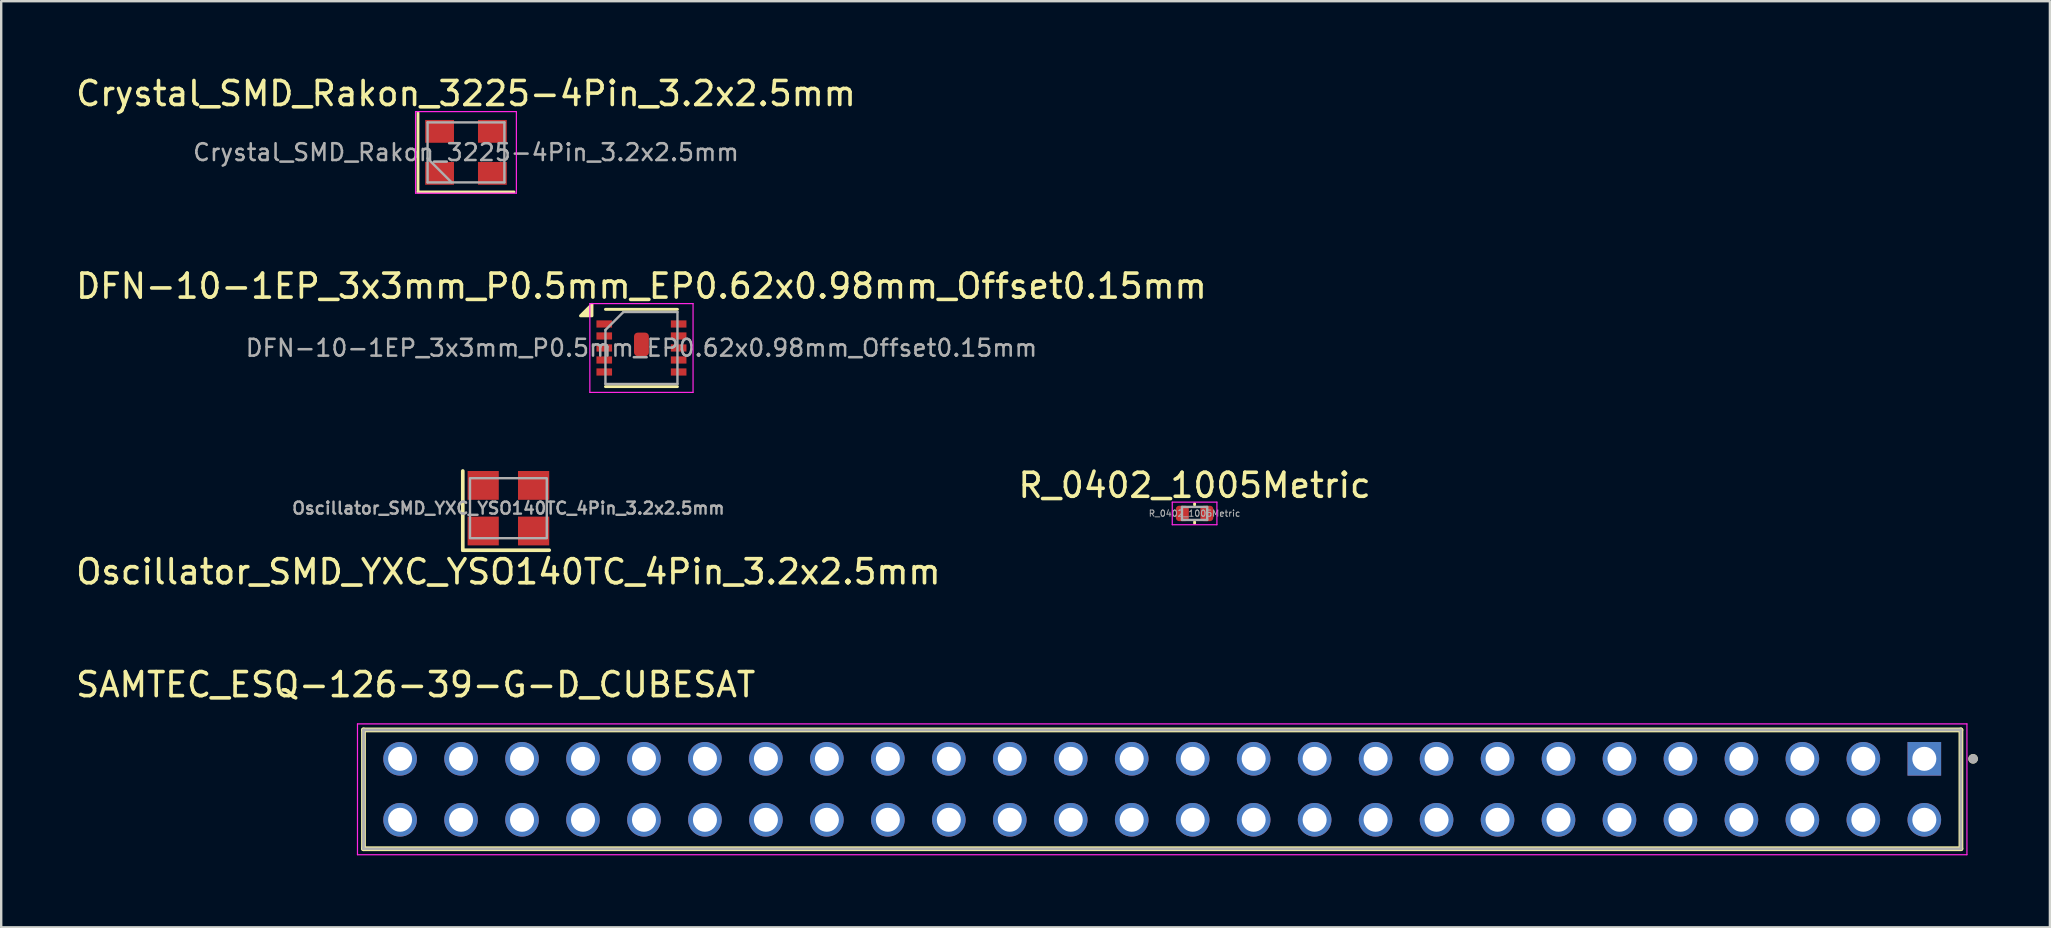
<source format=kicad_pcb>
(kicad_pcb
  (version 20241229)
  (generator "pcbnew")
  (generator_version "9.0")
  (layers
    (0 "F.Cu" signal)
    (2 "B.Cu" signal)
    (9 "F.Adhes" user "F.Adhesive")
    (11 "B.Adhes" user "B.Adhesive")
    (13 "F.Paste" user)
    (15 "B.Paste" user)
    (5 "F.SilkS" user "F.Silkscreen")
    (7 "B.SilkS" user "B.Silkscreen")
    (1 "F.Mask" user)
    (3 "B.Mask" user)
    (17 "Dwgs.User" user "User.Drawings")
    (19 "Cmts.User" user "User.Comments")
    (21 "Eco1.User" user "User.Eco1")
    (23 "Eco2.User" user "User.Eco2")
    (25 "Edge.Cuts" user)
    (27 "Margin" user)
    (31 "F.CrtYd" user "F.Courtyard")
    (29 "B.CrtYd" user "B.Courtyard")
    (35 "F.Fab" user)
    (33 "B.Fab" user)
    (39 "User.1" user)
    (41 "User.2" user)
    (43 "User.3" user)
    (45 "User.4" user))
  (footprint "R_0402_1005Metric"
    (layer "F.Cu")
    (at 46.717 18.34)
    (property "Reference" "R_0402_1005Metric" (at 0 -1.17 0) (layer "F.SilkS") (effects (font (size 1 1) (thickness 0.15))))
    (attr smd)
    (fp_line (start 0 -0.356) (end 0 -0.406) (stroke (width 0.12) (type solid)) (layer "F.SilkS"))
    (fp_line (start 0 0.406) (end 0 0.356) (stroke (width 0.12) (type solid)) (layer "F.SilkS"))
    (fp_line (start -0.93 -0.47) (end 0.93 -0.47) (stroke (width 0.05) (type solid)) (layer "F.CrtYd"))
    (fp_line (start -0.93 0.47) (end -0.93 -0.47) (stroke (width 0.05) (type solid)) (layer "F.CrtYd"))
    (fp_line (start 0.93 -0.47) (end 0.93 0.47) (stroke (width 0.05) (type solid)) (layer "F.CrtYd"))
    (fp_line (start 0.93 0.47) (end -0.93 0.47) (stroke (width 0.05) (type solid)) (layer "F.CrtYd"))
    (fp_line (start -0.525 -0.27) (end 0.525 -0.27) (stroke (width 0.1) (type solid)) (layer "F.Fab"))
    (fp_line (start -0.525 0.27) (end -0.525 -0.27) (stroke (width 0.1) (type solid)) (layer "F.Fab"))
    (fp_line (start 0.525 -0.27) (end 0.525 0.27) (stroke (width 0.1) (type solid)) (layer "F.Fab"))
    (fp_line (start 0.525 0.27) (end -0.525 0.27) (stroke (width 0.1) (type solid)) (layer "F.Fab"))
    (fp_text user "${REFERENCE}" (at 0 0 0) (layer "F.Fab") (effects (font (size 0.26 0.26) (thickness 0.04))))
    (pad "1" smd roundrect (at -0.51 0) (size 0.54 0.64) (layers "F.Cu" "F.Mask" "F.Paste") (roundrect_rratio 0.25))
    (pad "2" smd roundrect (at 0.51 0) (size 0.54 0.64) (layers "F.Cu" "F.Mask" "F.Paste") (roundrect_rratio 0.25)))
  (footprint "Crystal_SMD_Rakon_3225-4Pin_3.2x2.5mm"
    (layer "F.Cu")
    (at 16.363 3.298)
    (property "Reference" "Crystal_SMD_Rakon_3225-4Pin_3.2x2.5mm" (at 0 -2.45 0) (layer "F.SilkS") (effects (font (size 1 1) (thickness 0.15))))
    (attr smd)
    (fp_line (start -2 -1.65) (end -2 1.65) (stroke (width 0.12) (type solid)) (layer "F.SilkS"))
    (fp_line (start -2 1.65) (end 2 1.65) (stroke (width 0.12) (type solid)) (layer "F.SilkS"))
    (fp_line (start -2.1 -1.7) (end -2.1 1.7) (stroke (width 0.05) (type solid)) (layer "F.CrtYd"))
    (fp_line (start -2.1 1.7) (end 2.1 1.7) (stroke (width 0.05) (type solid)) (layer "F.CrtYd"))
    (fp_line (start 2.1 -1.7) (end -2.1 -1.7) (stroke (width 0.05) (type solid)) (layer "F.CrtYd"))
    (fp_line (start 2.1 1.7) (end 2.1 -1.7) (stroke (width 0.05) (type solid)) (layer "F.CrtYd"))
    (fp_line (start -1.6 -1.25) (end -1.6 1.25) (stroke (width 0.1) (type solid)) (layer "F.Fab"))
    (fp_line (start -1.6 0.25) (end -0.6 1.25) (stroke (width 0.1) (type solid)) (layer "F.Fab"))
    (fp_line (start -1.6 1.25) (end 1.6 1.25) (stroke (width 0.1) (type solid)) (layer "F.Fab"))
    (fp_line (start 1.6 -1.25) (end -1.6 -1.25) (stroke (width 0.1) (type solid)) (layer "F.Fab"))
    (fp_line (start 1.6 1.25) (end 1.6 -1.25) (stroke (width 0.1) (type solid)) (layer "F.Fab"))
    (fp_text user "${REFERENCE}" (at 0 0 0) (layer "F.Fab") (effects (font (size 0.7 0.7) (thickness 0.105))))
    (pad "1" smd rect (at -1.1 0.875) (size 1.2 0.95) (layers "F.Cu" "F.Mask" "F.Paste"))
    (pad "2" smd rect (at 1.1 0.875) (size 1.2 0.95) (layers "F.Cu" "F.Mask" "F.Paste"))
    (pad "3" smd rect (at 1.1 -0.875) (size 1.2 0.95) (layers "F.Cu" "F.Mask" "F.Paste"))
    (pad "4" smd rect (at -1.1 -0.875) (size 1.2 0.95) (layers "F.Cu" "F.Mask" "F.Paste")))
  (footprint "Oscillator_SMD_YXC_YSO140TC_4Pin_3.2x2.5mm"
    (layer "F.Cu")
    (at 18.13 18.122)
    (property "Reference" "Oscillator_SMD_YXC_YSO140TC_4Pin_3.2x2.5mm" (at 0 2.65 0) (unlocked yes) (layer "F.SilkS") (effects (font (size 1 1) (thickness 0.153))))
    (attr smd)
    (fp_line (start -1.9 -1.55) (end -1.9 1.75) (stroke (width 0.153) (type default)) (layer "F.SilkS"))
    (fp_line (start -1.9 1.75) (end 1.7 1.75) (stroke (width 0.153) (type default)) (layer "F.SilkS"))
    (fp_rect (start -2.1 -1.75) (end 1.9 1.95) (stroke (width 0.1) (type default)) (fill no) (layer "Margin"))
    (fp_rect (start -1.6 -1.25) (end 1.6 1.25) (stroke (width 0.1) (type default)) (fill no) (layer "F.Fab"))
    (fp_text user "${REFERENCE}" (at 0 0 0) (unlocked yes) (layer "F.Fab") (effects (font (size 0.5 0.5) (thickness 0.1))))
    (pad "1" smd rect (at -1.05 0.95) (size 1.3 1.2) (layers "F.Cu" "F.Mask" "F.Paste"))
    (pad "2" smd rect (at 1.05 0.95) (size 1.3 1.2) (layers "F.Cu" "F.Mask" "F.Paste"))
    (pad "3" smd rect (at 1.05 -0.95) (size 1.3 1.2) (layers "F.Cu" "F.Mask" "F.Paste"))
    (pad "4" smd rect (at -1.05 -0.95) (size 1.3 1.2) (layers "F.Cu" "F.Mask" "F.Paste")))
  (footprint "SAMTEC_ESQ-126-39-G-D_CUBESAT"
    (layer "F.Cu")
    (at 77.118 28.563)
    (property "Reference" "SAMTEC_ESQ-126-39-G-D_CUBESAT" (at -62.85 -3.09 0) (layer "F.SilkS") (effects (font (size 1 1) (thickness 0.15))))
    (attr through_hole)
    (fp_line (start -65.025 3.745) (end -65.025 -1.205) (stroke (width 0.2) (type solid)) (layer "F.SilkS"))
    (fp_line (start 1.525 -1.205) (end -65.025 -1.205) (stroke (width 0.2) (type solid)) (layer "F.SilkS"))
    (fp_line (start 1.525 -1.205) (end 1.525 3.745) (stroke (width 0.2) (type solid)) (layer "F.SilkS"))
    (fp_line (start 1.525 3.745) (end -65.025 3.745) (stroke (width 0.2) (type solid)) (layer "F.SilkS"))
    (fp_circle (center 2.032 0) (end 2.132 0) (stroke (width 0.2) (type solid)) (fill no) (layer "F.SilkS"))
    (fp_line (start -65.275 -1.455) (end 1.775 -1.455) (stroke (width 0.05) (type solid)) (layer "F.CrtYd"))
    (fp_line (start -65.275 3.995) (end -65.275 -1.455) (stroke (width 0.05) (type solid)) (layer "F.CrtYd"))
    (fp_line (start 1.775 -1.455) (end 1.775 3.995) (stroke (width 0.05) (type solid)) (layer "F.CrtYd"))
    (fp_line (start 1.775 3.995) (end -65.275 3.995) (stroke (width 0.05) (type solid)) (layer "F.CrtYd"))
    (fp_line (start -65.025 -1.205) (end 1.525 -1.205) (stroke (width 0.1) (type solid)) (layer "F.Fab"))
    (fp_line (start -65.025 -1.205) (end 1.525 -1.205) (stroke (width 0.1) (type solid)) (layer "F.Fab"))
    (fp_line (start -65.025 3.745) (end -65.025 -1.205) (stroke (width 0.1) (type solid)) (layer "F.Fab"))
    (fp_line (start -65.025 3.745) (end -65.025 -1.205) (stroke (width 0.1) (type solid)) (layer "F.Fab"))
    (fp_line (start 1.525 -1.205) (end 1.525 3.745) (stroke (width 0.1) (type solid)) (layer "F.Fab"))
    (fp_line (start 1.525 -1.205) (end 1.525 3.745) (stroke (width 0.1) (type solid)) (layer "F.Fab"))
    (fp_line (start 1.525 3.745) (end -65.025 3.745) (stroke (width 0.1) (type solid)) (layer "F.Fab"))
    (fp_circle (center 2.032 0) (end 2.132 0) (stroke (width 0.2) (type solid)) (fill no) (layer "F.Fab"))
    (pad "01" thru_hole rect (at 0 0) (size 1.4 1.4) (drill 1) (layers "*.Cu" "*.Mask"))
    (pad "02" thru_hole circle (at 0 2.54) (size 1.4 1.4) (drill 1) (layers "*.Cu" "*.Mask"))
    (pad "03" thru_hole circle (at -2.54 0) (size 1.4 1.4) (drill 1) (layers "*.Cu" "*.Mask"))
    (pad "04" thru_hole circle (at -2.54 2.54) (size 1.4 1.4) (drill 1) (layers "*.Cu" "*.Mask"))
    (pad "05" thru_hole circle (at -5.08 0) (size 1.4 1.4) (drill 1) (layers "*.Cu" "*.Mask"))
    (pad "06" thru_hole circle (at -5.08 2.54) (size 1.4 1.4) (drill 1) (layers "*.Cu" "*.Mask"))
    (pad "07" thru_hole circle (at -7.62 0) (size 1.4 1.4) (drill 1) (layers "*.Cu" "*.Mask"))
    (pad "08" thru_hole circle (at -7.62 2.54) (size 1.4 1.4) (drill 1) (layers "*.Cu" "*.Mask"))
    (pad "09" thru_hole circle (at -10.16 0) (size 1.4 1.4) (drill 1) (layers "*.Cu" "*.Mask"))
    (pad "10" thru_hole circle (at -10.16 2.54) (size 1.4 1.4) (drill 1) (layers "*.Cu" "*.Mask"))
    (pad "11" thru_hole circle (at -12.7 0) (size 1.4 1.4) (drill 1) (layers "*.Cu" "*.Mask"))
    (pad "12" thru_hole circle (at -12.7 2.54) (size 1.4 1.4) (drill 1) (layers "*.Cu" "*.Mask"))
    (pad "13" thru_hole circle (at -15.24 0) (size 1.4 1.4) (drill 1) (layers "*.Cu" "*.Mask"))
    (pad "14" thru_hole circle (at -15.24 2.54) (size 1.4 1.4) (drill 1) (layers "*.Cu" "*.Mask"))
    (pad "15" thru_hole circle (at -17.78 0) (size 1.4 1.4) (drill 1) (layers "*.Cu" "*.Mask"))
    (pad "16" thru_hole circle (at -17.78 2.54) (size 1.4 1.4) (drill 1) (layers "*.Cu" "*.Mask"))
    (pad "17" thru_hole circle (at -20.32 0) (size 1.4 1.4) (drill 1) (layers "*.Cu" "*.Mask"))
    (pad "18" thru_hole circle (at -20.32 2.54) (size 1.4 1.4) (drill 1) (layers "*.Cu" "*.Mask"))
    (pad "19" thru_hole circle (at -22.86 0) (size 1.4 1.4) (drill 1) (layers "*.Cu" "*.Mask"))
    (pad "20" thru_hole circle (at -22.86 2.54) (size 1.4 1.4) (drill 1) (layers "*.Cu" "*.Mask"))
    (pad "21" thru_hole circle (at -25.4 0) (size 1.4 1.4) (drill 1) (layers "*.Cu" "*.Mask"))
    (pad "22" thru_hole circle (at -25.4 2.54) (size 1.4 1.4) (drill 1) (layers "*.Cu" "*.Mask"))
    (pad "23" thru_hole circle (at -27.94 0) (size 1.4 1.4) (drill 1) (layers "*.Cu" "*.Mask"))
    (pad "24" thru_hole circle (at -27.94 2.54) (size 1.4 1.4) (drill 1) (layers "*.Cu" "*.Mask"))
    (pad "25" thru_hole circle (at -30.48 0) (size 1.4 1.4) (drill 1) (layers "*.Cu" "*.Mask"))
    (pad "26" thru_hole circle (at -30.48 2.54) (size 1.4 1.4) (drill 1) (layers "*.Cu" "*.Mask"))
    (pad "27" thru_hole circle (at -33.02 0) (size 1.4 1.4) (drill 1) (layers "*.Cu" "*.Mask"))
    (pad "28" thru_hole circle (at -33.02 2.54) (size 1.4 1.4) (drill 1) (layers "*.Cu" "*.Mask"))
    (pad "29" thru_hole circle (at -35.56 0) (size 1.4 1.4) (drill 1) (layers "*.Cu" "*.Mask"))
    (pad "30" thru_hole circle (at -35.56 2.54) (size 1.4 1.4) (drill 1) (layers "*.Cu" "*.Mask"))
    (pad "31" thru_hole circle (at -38.1 0) (size 1.4 1.4) (drill 1) (layers "*.Cu" "*.Mask"))
    (pad "32" thru_hole circle (at -38.1 2.54) (size 1.4 1.4) (drill 1) (layers "*.Cu" "*.Mask"))
    (pad "33" thru_hole circle (at -40.64 0) (size 1.4 1.4) (drill 1) (layers "*.Cu" "*.Mask"))
    (pad "34" thru_hole circle (at -40.64 2.54) (size 1.4 1.4) (drill 1) (layers "*.Cu" "*.Mask"))
    (pad "35" thru_hole circle (at -43.18 0) (size 1.4 1.4) (drill 1) (layers "*.Cu" "*.Mask"))
    (pad "36" thru_hole circle (at -43.18 2.54) (size 1.4 1.4) (drill 1) (layers "*.Cu" "*.Mask"))
    (pad "37" thru_hole circle (at -45.72 0) (size 1.4 1.4) (drill 1) (layers "*.Cu" "*.Mask"))
    (pad "38" thru_hole circle (at -45.72 2.54) (size 1.4 1.4) (drill 1) (layers "*.Cu" "*.Mask"))
    (pad "39" thru_hole circle (at -48.26 0) (size 1.4 1.4) (drill 1) (layers "*.Cu" "*.Mask"))
    (pad "40" thru_hole circle (at -48.26 2.54) (size 1.4 1.4) (drill 1) (layers "*.Cu" "*.Mask"))
    (pad "41" thru_hole circle (at -50.8 0) (size 1.4 1.4) (drill 1) (layers "*.Cu" "*.Mask"))
    (pad "42" thru_hole circle (at -50.8 2.54) (size 1.4 1.4) (drill 1) (layers "*.Cu" "*.Mask"))
    (pad "43" thru_hole circle (at -53.34 0) (size 1.4 1.4) (drill 1) (layers "*.Cu" "*.Mask"))
    (pad "44" thru_hole circle (at -53.34 2.54) (size 1.4 1.4) (drill 1) (layers "*.Cu" "*.Mask"))
    (pad "45" thru_hole circle (at -55.88 0) (size 1.4 1.4) (drill 1) (layers "*.Cu" "*.Mask"))
    (pad "46" thru_hole circle (at -55.88 2.54) (size 1.4 1.4) (drill 1) (layers "*.Cu" "*.Mask"))
    (pad "47" thru_hole circle (at -58.42 0) (size 1.4 1.4) (drill 1) (layers "*.Cu" "*.Mask"))
    (pad "48" thru_hole circle (at -58.42 2.54) (size 1.4 1.4) (drill 1) (layers "*.Cu" "*.Mask"))
    (pad "49" thru_hole circle (at -60.96 0) (size 1.4 1.4) (drill 1) (layers "*.Cu" "*.Mask"))
    (pad "50" thru_hole circle (at -60.96 2.54) (size 1.4 1.4) (drill 1) (layers "*.Cu" "*.Mask"))
    (pad "51" thru_hole circle (at -63.5 0) (size 1.4 1.4) (drill 1) (layers "*.Cu" "*.Mask"))
    (pad "52" thru_hole circle (at -63.5 2.54) (size 1.4 1.4) (drill 1) (layers "*.Cu" "*.Mask")))
  (footprint "DFN-10-1EP_3x3mm_P0.5mm_EP0.62x0.98mm_Offset0.15mm"
    (layer "F.Cu")
    (at 23.673 11.447)
    (property "Reference" "DFN-10-1EP_3x3mm_P0.5mm_EP0.62x0.98mm_Offset0.15mm" (at 0 -2.575 0) (layer "F.SilkS") (effects (font (size 1 1) (thickness 0.15))))
    (attr smd)
    (fp_line (start -1.5 -1.61) (end 1.5 -1.61) (stroke (width 0.12) (type solid)) (layer "F.SilkS"))
    (fp_line (start -1.5 1.61) (end 1.5 1.61) (stroke (width 0.12) (type solid)) (layer "F.SilkS"))
    (fp_poly (pts (xy -2.06 -1.34) (xy -2.54 -1.34) (xy -2.06 -1.82) (xy -2.06 -1.34)) (stroke (width 0.12) (type solid)) (fill yes) (layer "F.SilkS"))
    (fp_line (start -2.15 -1.85) (end -2.15 1.85) (stroke (width 0.05) (type solid)) (layer "F.CrtYd"))
    (fp_line (start -2.15 -1.85) (end 2.15 -1.85) (stroke (width 0.05) (type solid)) (layer "F.CrtYd"))
    (fp_line (start -2.15 1.85) (end 2.15 1.85) (stroke (width 0.05) (type solid)) (layer "F.CrtYd"))
    (fp_line (start 2.15 -1.85) (end 2.15 1.85) (stroke (width 0.05) (type solid)) (layer "F.CrtYd"))
    (fp_line (start -1.5 -0.75) (end -0.75 -1.5) (stroke (width 0.1) (type solid)) (layer "F.Fab"))
    (fp_line (start -1.5 1.5) (end -1.5 -0.75) (stroke (width 0.1) (type solid)) (layer "F.Fab"))
    (fp_line (start -0.75 -1.5) (end 1.5 -1.5) (stroke (width 0.1) (type solid)) (layer "F.Fab"))
    (fp_line (start 1.5 -1.5) (end 1.5 1.5) (stroke (width 0.1) (type solid)) (layer "F.Fab"))
    (fp_line (start 1.5 1.5) (end -1.5 1.5) (stroke (width 0.1) (type solid)) (layer "F.Fab"))
    (fp_text user "${REFERENCE}" (at 0 0 0) (layer "F.Fab") (effects (font (size 0.7 0.7) (thickness 0.105))))
    (pad "" smd rect (at -0.388 -0.62) (size 0.6 1.05) (layers "F.Paste"))
    (pad "" smd rect (at -0.388 0.62) (size 0.6 1.05) (layers "F.Paste"))
    (pad "" smd rect (at 0.388 -0.62) (size 0.6 1.05) (layers "F.Paste"))
    (pad "" smd rect (at 0.388 0.62) (size 0.6 1.05) (layers "F.Paste"))
    (pad "1" smd rect (at -1.55 -1) (size 0.65 0.3) (layers "F.Cu" "F.Mask" "F.Paste"))
    (pad "2" smd rect (at -1.55 -0.5) (size 0.65 0.3) (layers "F.Cu" "F.Mask" "F.Paste"))
    (pad "3" smd rect (at -1.55 0) (size 0.65 0.3) (layers "F.Cu" "F.Mask" "F.Paste"))
    (pad "4" smd rect (at -1.55 0.5) (size 0.65 0.3) (layers "F.Cu" "F.Mask" "F.Paste"))
    (pad "5" smd rect (at -1.55 1) (size 0.65 0.3) (layers "F.Cu" "F.Mask" "F.Paste"))
    (pad "6" smd rect (at 1.55 1) (size 0.65 0.3) (layers "F.Cu" "F.Mask" "F.Paste"))
    (pad "7" smd rect (at 1.55 0.5) (size 0.65 0.3) (layers "F.Cu" "F.Mask" "F.Paste"))
    (pad "8" smd rect (at 1.55 0) (size 0.65 0.3) (layers "F.Cu" "F.Mask" "F.Paste"))
    (pad "9" smd rect (at 1.55 -0.5) (size 0.65 0.3) (layers "F.Cu" "F.Mask" "F.Paste"))
    (pad "10" smd rect (at 1.55 -1) (size 0.65 0.3) (layers "F.Cu" "F.Mask" "F.Paste"))
    (pad "11" smd roundrect (at 0 -0.15) (size 0.62 0.98) (layers "F.Cu" "F.Mask") (roundrect_rratio 0.25)))
  (gr_rect
    (start -3 -3)
    (end 82.35 35.583)
    (stroke (width 0.1) (type default))
    (fill no)
    (layer "Edge.Cuts")))
</source>
